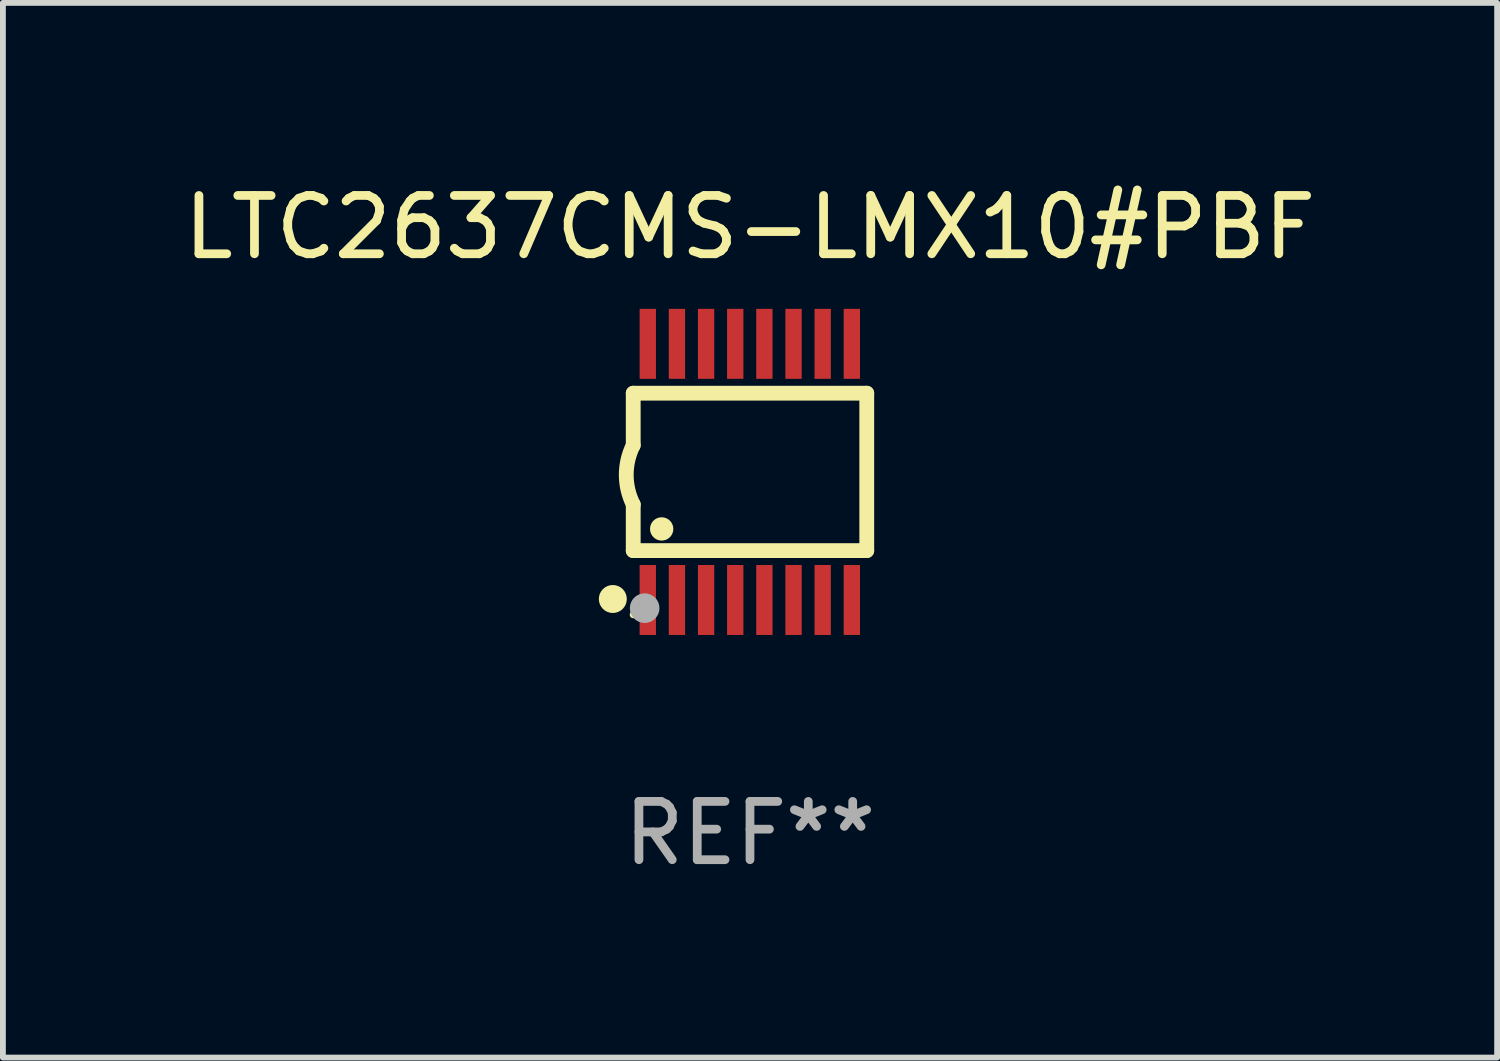
<source format=kicad_pcb>
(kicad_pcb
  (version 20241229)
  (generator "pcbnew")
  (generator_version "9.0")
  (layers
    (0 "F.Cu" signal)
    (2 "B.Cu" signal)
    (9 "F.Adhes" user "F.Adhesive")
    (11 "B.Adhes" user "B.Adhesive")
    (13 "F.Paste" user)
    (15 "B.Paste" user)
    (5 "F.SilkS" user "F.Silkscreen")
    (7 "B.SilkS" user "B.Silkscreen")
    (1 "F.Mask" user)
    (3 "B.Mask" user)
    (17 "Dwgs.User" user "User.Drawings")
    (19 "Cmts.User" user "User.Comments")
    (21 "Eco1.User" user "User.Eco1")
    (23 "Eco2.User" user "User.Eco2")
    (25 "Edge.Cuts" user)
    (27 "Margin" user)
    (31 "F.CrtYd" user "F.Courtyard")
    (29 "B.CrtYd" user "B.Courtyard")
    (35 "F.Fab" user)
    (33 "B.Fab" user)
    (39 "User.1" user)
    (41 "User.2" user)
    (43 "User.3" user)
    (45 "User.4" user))
  (footprint "LTC2637CMS-LMX10#PBF"
    (layer "F.Cu")
    (at 9.815 5.045)
    (property "Reference" "LTC2637CMS-LMX10#PBF" (at 0 -4.197 0) (layer "F.SilkS") (effects (font (size 1 1) (thickness 0.15))))
    (attr through_hole)
    (fp_line (start -2.003 -1.35) (end -2.003 -0.457) (stroke (width 0.254) (type solid)) (layer "F.SilkS"))
    (fp_line (start -2.003 -1.35) (end 2.003 -1.35) (stroke (width 0.254) (type solid)) (layer "F.SilkS"))
    (fp_line (start -2.003 1.35) (end -2.003 0.559) (stroke (width 0.254) (type solid)) (layer "F.SilkS"))
    (fp_line (start -2.003 1.35) (end 2.003 1.35) (stroke (width 0.254) (type solid)) (layer "F.SilkS"))
    (fp_line (start 2.003 -1.35) (end 2.003 1.35) (stroke (width 0.254) (type solid)) (layer "F.SilkS"))
    (fp_arc (start -2.002286 0.558802) (mid -2.122556 0.05092) (end -2.003302 -0.457201) (stroke (width 0.254001) (type solid)) (layer "F.SilkS"))
    (fp_circle (center -2.353 2.18) (end -2.233 2.18) (stroke (width 0.24) (type solid)) (fill no) (layer "F.SilkS"))
    (fp_circle (center -2.003 2.45) (end -1.973 2.45) (stroke (width 0.06) (type solid)) (fill no) (layer "F.SilkS"))
    (fp_circle (center -1.515 0.978) (end -1.415 0.978) (stroke (width 0.2) (type solid)) (fill no) (layer "F.SilkS"))
    (fp_circle (center -1.807 2.337) (end -1.68 2.337) (stroke (width 0.254) (type solid)) (fill no) (layer "F.Fab"))
    (fp_text user "REF**" (at 0 6.197 0) (layer "F.Fab") (effects (font (size 1 1) (thickness 0.15))))
    (pad "1" smd rect (at -1.753 2.197 90) (size 1.2 0.28) (layers "F.Cu" "F.Mask" "F.Paste"))
    (pad "2" smd rect (at -1.253 2.197 90) (size 1.2 0.28) (layers "F.Cu" "F.Mask" "F.Paste"))
    (pad "3" smd rect (at -0.753 2.197 90) (size 1.2 0.28) (layers "F.Cu" "F.Mask" "F.Paste"))
    (pad "4" smd rect (at -0.253 2.197 90) (size 1.2 0.28) (layers "F.Cu" "F.Mask" "F.Paste"))
    (pad "5" smd rect (at 0.247 2.197 90) (size 1.2 0.28) (layers "F.Cu" "F.Mask" "F.Paste"))
    (pad "6" smd rect (at 0.747 2.197 90) (size 1.2 0.28) (layers "F.Cu" "F.Mask" "F.Paste"))
    (pad "7" smd rect (at 1.247 2.197 90) (size 1.2 0.28) (layers "F.Cu" "F.Mask" "F.Paste"))
    (pad "8" smd rect (at 1.747 2.197 90) (size 1.2 0.28) (layers "F.Cu" "F.Mask" "F.Paste"))
    (pad "9" smd rect (at 1.747 -2.197 90) (size 1.2 0.28) (layers "F.Cu" "F.Mask" "F.Paste"))
    (pad "10" smd rect (at 1.247 -2.197 90) (size 1.2 0.28) (layers "F.Cu" "F.Mask" "F.Paste"))
    (pad "11" smd rect (at 0.747 -2.197 90) (size 1.2 0.28) (layers "F.Cu" "F.Mask" "F.Paste"))
    (pad "12" smd rect (at 0.247 -2.197 90) (size 1.2 0.28) (layers "F.Cu" "F.Mask" "F.Paste"))
    (pad "13" smd rect (at -0.253 -2.197 90) (size 1.2 0.28) (layers "F.Cu" "F.Mask" "F.Paste"))
    (pad "14" smd rect (at -0.753 -2.197 90) (size 1.2 0.28) (layers "F.Cu" "F.Mask" "F.Paste"))
    (pad "15" smd rect (at -1.253 -2.197 90) (size 1.2 0.28) (layers "F.Cu" "F.Mask" "F.Paste"))
    (pad "16" smd rect (at -1.753 -2.197 90) (size 1.2 0.28) (layers "F.Cu" "F.Mask" "F.Paste")))
  (gr_rect
    (start -3 -3)
    (end 22.631 15.091)
    (stroke (width 0.1) (type default))
    (fill no)
    (layer "Edge.Cuts")))
</source>
